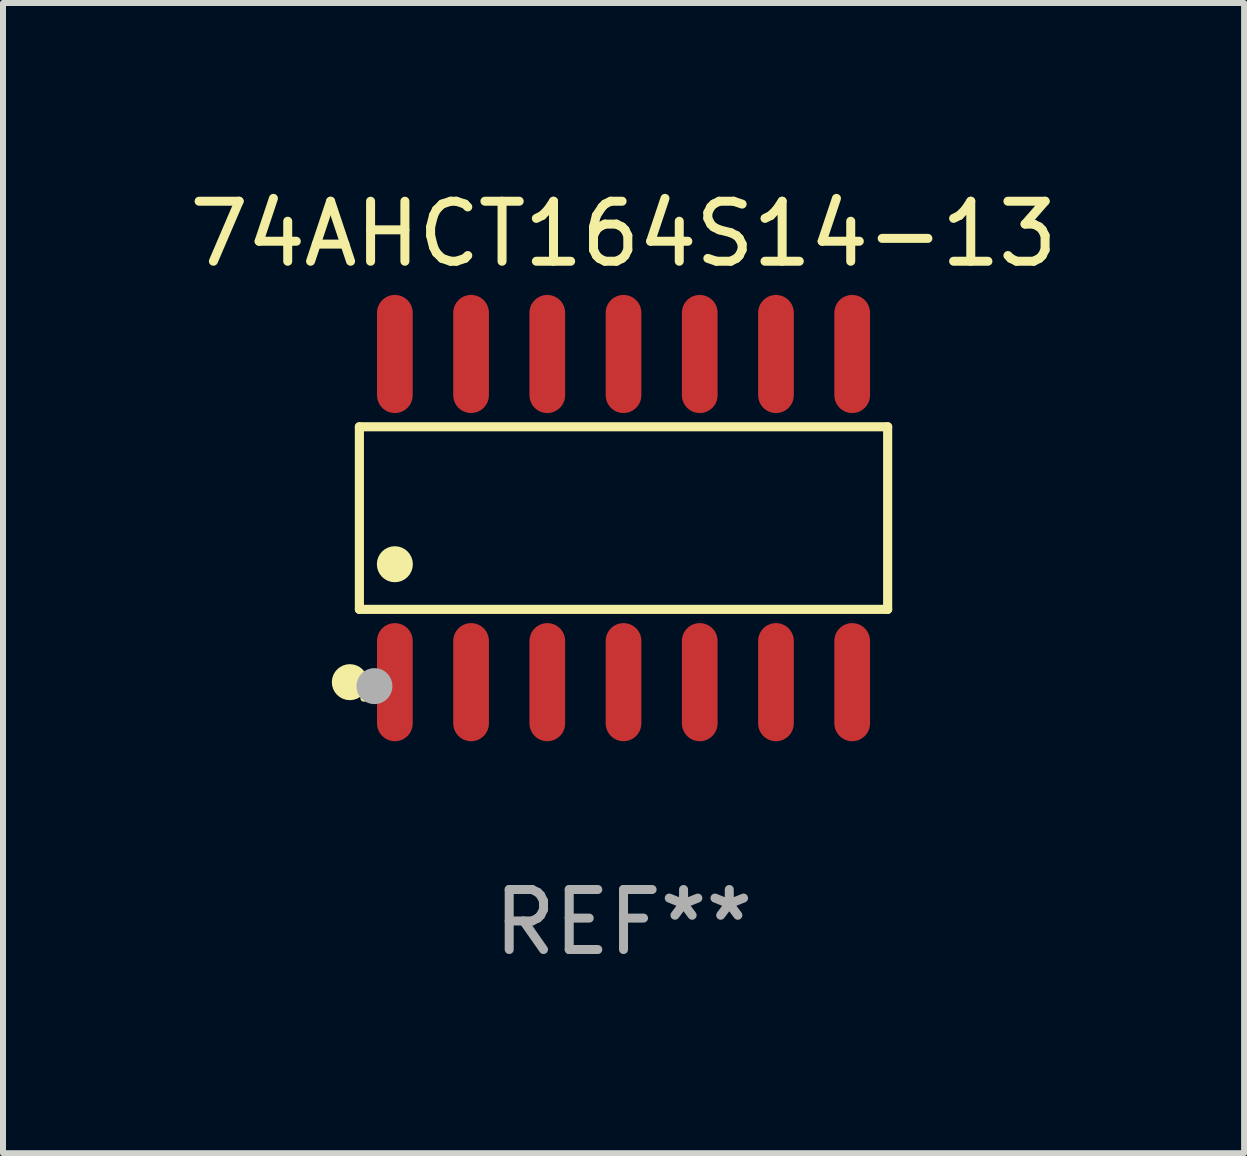
<source format=kicad_pcb>
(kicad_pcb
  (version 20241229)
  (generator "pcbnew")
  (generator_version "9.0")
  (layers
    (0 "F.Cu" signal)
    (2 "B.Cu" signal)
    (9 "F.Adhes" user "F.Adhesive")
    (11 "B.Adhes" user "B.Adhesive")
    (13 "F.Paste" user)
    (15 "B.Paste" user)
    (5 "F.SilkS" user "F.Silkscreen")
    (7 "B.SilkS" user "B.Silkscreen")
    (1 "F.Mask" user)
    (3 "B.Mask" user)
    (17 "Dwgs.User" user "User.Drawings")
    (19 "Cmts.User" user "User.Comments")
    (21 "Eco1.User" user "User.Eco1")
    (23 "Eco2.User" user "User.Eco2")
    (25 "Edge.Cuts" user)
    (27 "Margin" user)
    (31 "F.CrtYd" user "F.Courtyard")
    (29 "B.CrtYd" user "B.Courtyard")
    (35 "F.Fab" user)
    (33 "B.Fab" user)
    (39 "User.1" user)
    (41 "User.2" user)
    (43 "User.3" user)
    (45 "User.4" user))
  (footprint "74AHCT164S14-13"
    (layer "F.Cu")
    (at 7.339 5.582)
    (property "Reference" "74AHCT164S14-13" (at 0 -4.734 0) (layer "F.SilkS") (effects (font (size 1 1) (thickness 0.15))))
    (attr through_hole)
    (fp_line (start -4.401 -1.521) (end 4.401 -1.521) (stroke (width 0.152) (type solid)) (layer "F.SilkS"))
    (fp_line (start -4.401 1.521) (end -4.401 -1.521) (stroke (width 0.152) (type solid)) (layer "F.SilkS"))
    (fp_line (start 4.401 -1.521) (end 4.401 1.521) (stroke (width 0.152) (type solid)) (layer "F.SilkS"))
    (fp_line (start 4.401 1.521) (end -4.401 1.521) (stroke (width 0.152) (type solid)) (layer "F.SilkS"))
    (fp_circle (center -4.56 2.734) (end -4.41 2.734) (stroke (width 0.3) (type solid)) (fill no) (layer "F.SilkS"))
    (fp_circle (center -4.325 3) (end -4.295 3) (stroke (width 0.06) (type solid)) (fill no) (layer "F.SilkS"))
    (fp_circle (center -3.81 0.769) (end -3.66 0.769) (stroke (width 0.3) (type solid)) (fill no) (layer "F.SilkS"))
    (fp_circle (center -4.15 2.8) (end -4 2.8) (stroke (width 0.3) (type solid)) (fill no) (layer "F.Fab"))
    (fp_text user "REF**" (at 0 6.734 0) (layer "F.Fab") (effects (font (size 1 1) (thickness 0.15))))
    (pad "1" smd oval (at -3.81 2.734) (size 0.595 1.968) (layers "F.Cu" "F.Mask" "F.Paste"))
    (pad "2" smd oval (at -2.54 2.734) (size 0.595 1.968) (layers "F.Cu" "F.Mask" "F.Paste"))
    (pad "3" smd oval (at -1.27 2.734) (size 0.595 1.968) (layers "F.Cu" "F.Mask" "F.Paste"))
    (pad "4" smd oval (at 0 2.734) (size 0.595 1.968) (layers "F.Cu" "F.Mask" "F.Paste"))
    (pad "5" smd oval (at 1.27 2.734) (size 0.595 1.968) (layers "F.Cu" "F.Mask" "F.Paste"))
    (pad "6" smd oval (at 2.54 2.734) (size 0.595 1.968) (layers "F.Cu" "F.Mask" "F.Paste"))
    (pad "7" smd oval (at 3.81 2.734) (size 0.595 1.968) (layers "F.Cu" "F.Mask" "F.Paste"))
    (pad "8" smd oval (at 3.81 -2.734) (size 0.595 1.968) (layers "F.Cu" "F.Mask" "F.Paste"))
    (pad "9" smd oval (at 2.54 -2.734) (size 0.595 1.968) (layers "F.Cu" "F.Mask" "F.Paste"))
    (pad "10" smd oval (at 1.27 -2.734) (size 0.595 1.968) (layers "F.Cu" "F.Mask" "F.Paste"))
    (pad "11" smd oval (at 0 -2.734) (size 0.595 1.968) (layers "F.Cu" "F.Mask" "F.Paste"))
    (pad "12" smd oval (at -1.27 -2.734) (size 0.595 1.968) (layers "F.Cu" "F.Mask" "F.Paste"))
    (pad "13" smd oval (at -2.54 -2.734) (size 0.595 1.968) (layers "F.Cu" "F.Mask" "F.Paste"))
    (pad "14" smd oval (at -3.81 -2.734) (size 0.595 1.968) (layers "F.Cu" "F.Mask" "F.Paste")))
  (gr_rect
    (start -3 -3)
    (end 17.679 16.164)
    (stroke (width 0.1) (type default))
    (fill no)
    (layer "Edge.Cuts")))
</source>
